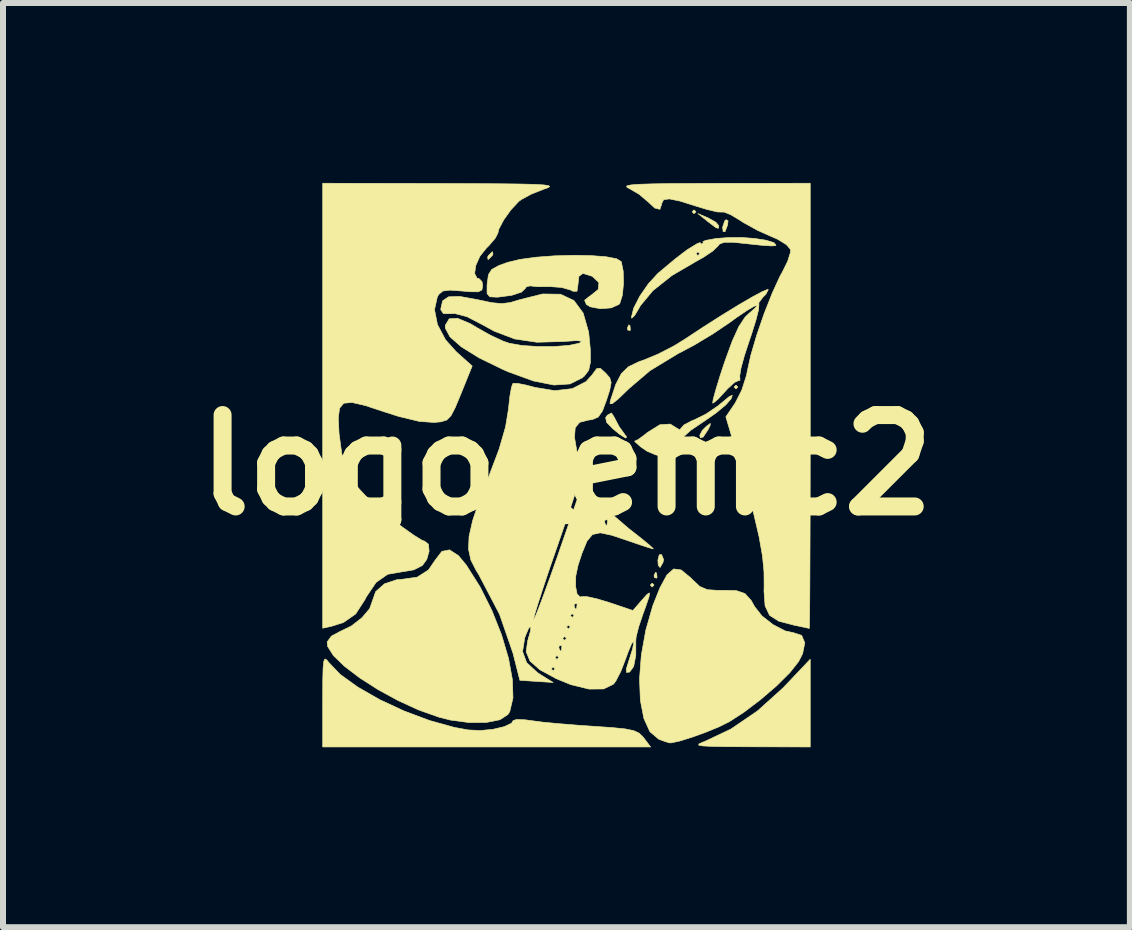
<source format=kicad_pcb>
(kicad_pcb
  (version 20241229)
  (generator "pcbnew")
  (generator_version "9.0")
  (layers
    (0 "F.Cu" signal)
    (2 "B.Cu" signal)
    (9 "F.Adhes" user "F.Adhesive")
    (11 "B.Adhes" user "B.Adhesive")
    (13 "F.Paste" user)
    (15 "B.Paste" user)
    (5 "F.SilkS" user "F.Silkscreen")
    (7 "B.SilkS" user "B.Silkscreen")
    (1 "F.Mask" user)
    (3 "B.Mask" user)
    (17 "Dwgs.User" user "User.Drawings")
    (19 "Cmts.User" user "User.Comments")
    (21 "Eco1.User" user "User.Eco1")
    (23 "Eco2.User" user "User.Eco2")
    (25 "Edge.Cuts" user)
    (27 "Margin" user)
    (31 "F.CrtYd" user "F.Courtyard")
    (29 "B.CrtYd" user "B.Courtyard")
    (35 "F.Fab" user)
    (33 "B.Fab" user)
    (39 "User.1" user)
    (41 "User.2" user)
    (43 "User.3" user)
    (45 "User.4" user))
  (footprint "logo_emc2"
    (layer "F.Cu")
    (at 6.394 4.704)
    (property "Reference" "logo_emc2" (at 0 0 0) (layer "F.SilkS") (effects (font (size 1.524 1.524) (thickness 0.3))))
    (attr through_hole)
    (fp_poly (pts (xy 1.46 2) (xy 1.429 2.032) (xy 1.397 2) (xy 1.429 1.968) (xy 1.46 2)) (stroke (width 0.01) (type solid)) (fill yes) (layer "F.SilkS"))
    (fp_poly (pts (xy 2.159 -4.223) (xy 2.127 -4.191) (xy 2.095 -4.223) (xy 2.127 -4.255) (xy 2.159 -4.223)) (stroke (width 0.01) (type solid)) (fill yes) (layer "F.SilkS"))
    (fp_poly (pts (xy 2.349 -0.349) (xy 2.318 -0.318) (xy 2.286 -0.349) (xy 2.318 -0.381) (xy 2.349 -0.349)) (stroke (width 0.01) (type solid)) (fill yes) (layer "F.SilkS"))
    (fp_poly (pts (xy 2.857 -1.302) (xy 2.826 -1.27) (xy 2.794 -1.302) (xy 2.826 -1.333) (xy 2.857 -1.302)) (stroke (width 0.01) (type solid)) (fill yes) (layer "F.SilkS"))
    (fp_poly (pts (xy 1.058 -2.328) (xy 1.066 -2.253) (xy 1.058 -2.244) (xy 1.021 -2.252) (xy 1.016 -2.286) (xy 1.039 -2.338) (xy 1.058 -2.328)) (stroke (width 0.01) (type solid)) (fill yes) (layer "F.SilkS"))
    (fp_poly (pts (xy 1.503 1.799) (xy 1.51 1.875) (xy 1.503 1.884) (xy 1.465 1.875) (xy 1.46 1.841) (xy 1.484 1.789) (xy 1.503 1.799)) (stroke (width 0.01) (type solid)) (fill yes) (layer "F.SilkS"))
    (fp_poly (pts (xy 1.619 1.573) (xy 1.61 1.621) (xy 1.56 1.708) (xy 1.53 1.671) (xy 1.524 1.584) (xy 1.547 1.495) (xy 1.585 1.491) (xy 1.619 1.573)) (stroke (width 0.01) (type solid)) (fill yes) (layer "F.SilkS"))
    (fp_poly (pts (xy 2.694 -4.072) (xy 2.685 -4.001) (xy 2.643 -3.891) (xy 2.612 -3.892) (xy 2.603 -3.965) (xy 2.638 -4.071) (xy 2.661 -4.092) (xy 2.694 -4.072)) (stroke (width 0.01) (type solid)) (fill yes) (layer "F.SilkS"))
    (fp_poly (pts (xy -1.226 -3.515) (xy -1.238 -3.493) (xy -1.298 -3.432) (xy -1.309 -3.429) (xy -1.314 -3.47) (xy -1.302 -3.493) (xy -1.242 -3.553) (xy -1.231 -3.556) (xy -1.226 -3.515)) (stroke (width 0.01) (type solid)) (fill yes) (layer "F.SilkS"))
    (fp_poly (pts (xy 2.365 -4.119) (xy 2.489 -4.05) (xy 2.54 -3.99) (xy 2.533 -3.947) (xy 2.492 -3.958) (xy 2.389 -4.036) (xy 2.349 -4.067) (xy 2.191 -4.194) (xy 2.365 -4.119)) (stroke (width 0.01) (type solid)) (fill yes) (layer "F.SilkS"))
    (fp_poly (pts (xy 2.394 -0.658) (xy 2.358 -0.587) (xy 2.279 -0.468) (xy 2.231 -0.454) (xy 2.223 -0.5) (xy 2.266 -0.581) (xy 2.328 -0.643) (xy 2.399 -0.695) (xy 2.394 -0.658)) (stroke (width 0.01) (type solid)) (fill yes) (layer "F.SilkS"))
    (fp_poly (pts (xy 0.799 -0.794) (xy 0.801 -0.788) (xy 0.88 -0.638) (xy 0.94 -0.556) (xy 1.004 -0.466) (xy 0.983 -0.452) (xy 0.888 -0.512) (xy 0.781 -0.599) (xy 0.669 -0.713) (xy 0.653 -0.792) (xy 0.681 -0.832) (xy 0.75 -0.87) (xy 0.799 -0.794)) (stroke (width 0.01) (type solid)) (fill yes) (layer "F.SilkS"))
    (fp_poly (pts (xy 4.064 4.699) (xy 3.064 4.696) (xy 2.692 4.694) (xy 2.434 4.69) (xy 2.276 4.682) (xy 2.205 4.669) (xy 2.207 4.649) (xy 2.27 4.62) (xy 2.303 4.608) (xy 2.74 4.401) (xy 3.186 4.097) (xy 3.609 3.716) (xy 3.657 3.666) (xy 4.064 3.236) (xy 4.064 4.699)) (stroke (width 0.01) (type solid)) (fill yes) (layer "F.SilkS"))
    (fp_poly (pts (xy -3.993 3.251) (xy -3.966 3.287) (xy -3.772 3.49) (xy -3.479 3.701) (xy -3.116 3.909) (xy -2.708 4.099) (xy -2.283 4.258) (xy -1.868 4.373) (xy -1.64 4.415) (xy -1.436 4.425) (xy -1.222 4.404) (xy -1.036 4.36) (xy -0.915 4.302) (xy -0.889 4.26) (xy -0.833 4.241) (xy -0.69 4.246) (xy -0.587 4.26) (xy -0.398 4.285) (xy -0.123 4.311) (xy 0.197 4.337) (xy 0.445 4.354) (xy 0.764 4.376) (xy 0.981 4.398) (xy 1.121 4.427) (xy 1.21 4.468) (xy 1.272 4.527) (xy 1.29 4.549) (xy 1.403 4.699) (xy -4.064 4.699) (xy -4.064 3.923) (xy -4.063 3.601) (xy -4.058 3.389) (xy -4.046 3.271) (xy -4.026 3.231) (xy -3.993 3.251)) (stroke (width 0.01) (type solid)) (fill yes) (layer "F.SilkS"))
    (fp_poly (pts (xy 2.744 -1.105) (xy 2.656 -1.004) (xy 2.493 -0.869) (xy 2.291 -0.728) (xy 2.289 -0.727) (xy 2.067 -0.577) (xy 1.946 -0.466) (xy 1.914 -0.376) (xy 1.959 -0.29) (xy 1.981 -0.267) (xy 2.022 -0.204) (xy 1.965 -0.19) (xy 1.825 -0.178) (xy 1.746 -0.165) (xy 1.572 -0.159) (xy 1.492 -0.169) (xy 1.345 -0.231) (xy 1.238 -0.304) (xy 1.153 -0.379) (xy 1.136 -0.399) (xy 1.195 -0.426) (xy 1.311 -0.512) (xy 1.347 -0.542) (xy 1.557 -0.673) (xy 1.731 -0.684) (xy 1.829 -0.622) (xy 1.892 -0.587) (xy 1.905 -0.61) (xy 1.959 -0.67) (xy 2.092 -0.74) (xy 2.131 -0.755) (xy 2.324 -0.85) (xy 2.529 -0.99) (xy 2.587 -1.038) (xy 2.716 -1.144) (xy 2.765 -1.164) (xy 2.744 -1.105)) (stroke (width 0.01) (type solid)) (fill yes) (layer "F.SilkS"))
    (fp_poly (pts (xy -1.801 1.509) (xy -1.67 1.667) (xy -1.44 2.031) (xy -1.242 2.427) (xy -1.082 2.831) (xy -0.966 3.223) (xy -0.901 3.581) (xy -0.892 3.883) (xy -0.945 4.107) (xy -0.975 4.157) (xy -1.109 4.245) (xy -1.334 4.29) (xy -1.618 4.293) (xy -1.932 4.251) (xy -2.127 4.202) (xy -2.465 4.082) (xy -2.81 3.924) (xy -3.143 3.742) (xy -3.446 3.548) (xy -3.7 3.355) (xy -3.885 3.176) (xy -3.982 3.023) (xy -3.99 2.948) (xy -3.919 2.851) (xy -3.779 2.776) (xy -3.778 2.775) (xy -3.586 2.682) (xy -3.409 2.544) (xy -3.281 2.393) (xy -3.239 2.274) (xy -3.181 2.109) (xy -3.032 1.978) (xy -2.827 1.91) (xy -2.758 1.905) (xy -2.491 1.869) (xy -2.302 1.749) (xy -2.19 1.586) (xy -2.077 1.438) (xy -1.949 1.413) (xy -1.801 1.509)) (stroke (width 0.01) (type solid)) (fill yes) (layer "F.SilkS"))
    (fp_poly (pts (xy 1.912 1.748) (xy 2.068 1.876) (xy 2.097 1.906) (xy 2.222 2.023) (xy 2.348 2.077) (xy 2.528 2.089) (xy 2.601 2.087) (xy 2.83 2.092) (xy 2.976 2.142) (xy 3.08 2.257) (xy 3.136 2.358) (xy 3.258 2.514) (xy 3.445 2.66) (xy 3.645 2.764) (xy 3.783 2.794) (xy 3.921 2.839) (xy 3.973 2.963) (xy 3.937 3.144) (xy 3.87 3.275) (xy 3.725 3.459) (xy 3.503 3.68) (xy 3.234 3.911) (xy 2.953 4.124) (xy 2.714 4.278) (xy 2.545 4.362) (xy 2.324 4.453) (xy 2.091 4.537) (xy 1.885 4.601) (xy 1.743 4.631) (xy 1.719 4.631) (xy 1.638 4.607) (xy 1.537 4.569) (xy 1.391 4.445) (xy 1.29 4.223) (xy 1.232 3.923) (xy 1.218 3.564) (xy 1.248 3.168) (xy 1.322 2.754) (xy 1.439 2.344) (xy 1.557 2.048) (xy 1.675 1.83) (xy 1.787 1.731) (xy 1.912 1.748)) (stroke (width 0.01) (type solid)) (fill yes) (layer "F.SilkS"))
    (fp_poly (pts (xy 3.142 -3.778) (xy 3.331 -3.748) (xy 3.458 -3.709) (xy 3.493 -3.667) (xy 3.485 -3.658) (xy 3.415 -3.654) (xy 3.253 -3.665) (xy 3.033 -3.688) (xy 3.018 -3.69) (xy 2.777 -3.715) (xy 2.632 -3.715) (xy 2.553 -3.686) (xy 2.523 -3.65) (xy 2.438 -3.568) (xy 2.281 -3.463) (xy 2.171 -3.402) (xy 1.757 -3.16) (xy 1.44 -2.908) (xy 1.232 -2.658) (xy 1.211 -2.62) (xy 1.136 -2.494) (xy 1.089 -2.45) (xy 1.082 -2.463) (xy 1.12 -2.616) (xy 1.223 -2.817) (xy 1.366 -3.024) (xy 1.525 -3.197) (xy 1.544 -3.213) (xy 1.813 -3.438) (xy 1.926 -3.524) (xy 2.159 -3.524) (xy 2.191 -3.493) (xy 2.223 -3.524) (xy 2.191 -3.556) (xy 2.159 -3.524) (xy 1.926 -3.524) (xy 2.015 -3.592) (xy 2.177 -3.691) (xy 2.227 -3.71) (xy 2.254 -3.683) (xy 2.286 -3.715) (xy 2.273 -3.727) (xy 2.328 -3.748) (xy 2.496 -3.778) (xy 2.692 -3.793) (xy 2.919 -3.795) (xy 3.142 -3.778)) (stroke (width 0.01) (type solid)) (fill yes) (layer "F.SilkS"))
    (fp_poly (pts (xy 0.409 -3.493) (xy 0.659 -3.474) (xy 0.836 -3.44) (xy 0.914 -3.392) (xy 0.946 -3.231) (xy 0.951 -3.028) (xy 0.932 -2.833) (xy 0.89 -2.698) (xy 0.876 -2.68) (xy 0.746 -2.621) (xy 0.565 -2.607) (xy 0.397 -2.639) (xy 0.332 -2.678) (xy 0.302 -2.748) (xy 0.383 -2.814) (xy 0.398 -2.822) (xy 0.529 -2.928) (xy 0.541 -3.043) (xy 0.434 -3.143) (xy 0.417 -3.152) (xy 0.274 -3.196) (xy 0.207 -3.147) (xy 0.191 -3.003) (xy 0.176 -2.899) (xy 0.11 -2.898) (xy 0.065 -2.92) (xy -0.083 -2.962) (xy -0.276 -2.976) (xy -0.3 -2.975) (xy -0.473 -2.974) (xy -0.592 -2.986) (xy -0.603 -2.989) (xy -0.672 -2.971) (xy -0.679 -2.953) (xy -0.75 -2.884) (xy -0.915 -2.83) (xy -1.137 -2.801) (xy -1.163 -2.8) (xy -1.278 -2.806) (xy -1.324 -2.86) (xy -1.324 -2.997) (xy -1.321 -3.032) (xy -1.301 -3.175) (xy -1.246 -3.262) (xy -1.125 -3.328) (xy -0.984 -3.379) (xy -0.777 -3.429) (xy -0.507 -3.466) (xy -0.201 -3.489) (xy 0.113 -3.498) (xy 0.409 -3.493)) (stroke (width 0.01) (type solid)) (fill yes) (layer "F.SilkS"))
    (fp_poly (pts (xy -0.1 -2.849) (xy 0.124 -2.744) (xy 0.279 -2.534) (xy 0.37 -2.216) (xy 0.398 -1.924) (xy 0.399 -1.711) (xy 0.37 -1.579) (xy 0.298 -1.485) (xy 0.263 -1.455) (xy 0.058 -1.353) (xy -0.209 -1.335) (xy -0.548 -1.402) (xy -0.967 -1.554) (xy -1.065 -1.597) (xy -1.457 -1.788) (xy -1.752 -1.971) (xy -1.943 -2.139) (xy -2.021 -2.286) (xy -2.02 -2.331) (xy -1.955 -2.439) (xy -1.818 -2.448) (xy -1.605 -2.359) (xy -1.486 -2.288) (xy -1.269 -2.166) (xy -1.054 -2.066) (xy -0.955 -2.032) (xy -0.749 -1.995) (xy -0.486 -1.977) (xy -0.21 -1.977) (xy 0.035 -1.995) (xy 0.205 -2.03) (xy 0.222 -2.037) (xy 0.251 -2.067) (xy 0.161 -2.075) (xy -0.05 -2.061) (xy -0.491 -2.048) (xy -0.863 -2.103) (xy -1.207 -2.234) (xy -1.381 -2.33) (xy -1.658 -2.474) (xy -1.862 -2.527) (xy -1.921 -2.524) (xy -2.052 -2.525) (xy -2.095 -2.59) (xy -2.095 -2.607) (xy -2.065 -2.739) (xy -1.965 -2.806) (xy -1.78 -2.812) (xy -1.494 -2.76) (xy -1.492 -2.76) (xy -1.251 -2.709) (xy -1.083 -2.692) (xy -0.938 -2.71) (xy -0.774 -2.759) (xy -0.398 -2.853) (xy -0.1 -2.849)) (stroke (width 0.01) (type solid)) (fill yes) (layer "F.SilkS"))
    (fp_poly (pts (xy 3.365 -2.926) (xy 3.322 -2.846) (xy 3.271 -2.795) (xy 3.207 -2.708) (xy 3.208 -2.666) (xy 3.202 -2.587) (xy 3.159 -2.419) (xy 3.088 -2.191) (xy 3.046 -2.067) (xy 2.965 -1.82) (xy 2.909 -1.615) (xy 2.888 -1.485) (xy 2.891 -1.457) (xy 2.892 -1.41) (xy 2.872 -1.411) (xy 2.8 -1.378) (xy 2.686 -1.273) (xy 2.638 -1.22) (xy 2.525 -1.098) (xy 2.45 -1.036) (xy 2.437 -1.034) (xy 2.447 -1.1) (xy 2.491 -1.26) (xy 2.561 -1.49) (xy 2.636 -1.717) (xy 2.763 -2.066) (xy 2.874 -2.31) (xy 2.978 -2.467) (xy 3.033 -2.52) (xy 3.152 -2.625) (xy 3.179 -2.665) (xy 3.126 -2.647) (xy 3.006 -2.576) (xy 2.832 -2.458) (xy 2.715 -2.373) (xy 2.444 -2.19) (xy 2.128 -2) (xy 1.859 -1.858) (xy 1.394 -1.576) (xy 1.044 -1.278) (xy 0.867 -1.107) (xy 0.764 -1.024) (xy 0.725 -1.023) (xy 0.732 -1.074) (xy 0.822 -1.347) (xy 0.915 -1.526) (xy 1.035 -1.641) (xy 1.208 -1.724) (xy 1.284 -1.75) (xy 1.526 -1.85) (xy 1.797 -1.99) (xy 1.968 -2.096) (xy 2.281 -2.302) (xy 2.584 -2.495) (xy 2.861 -2.665) (xy 3.094 -2.801) (xy 3.265 -2.893) (xy 3.356 -2.93) (xy 3.365 -2.926)) (stroke (width 0.01) (type solid)) (fill yes) (layer "F.SilkS"))
    (fp_poly (pts (xy 4.064 -0.984) (xy 4.064 -0.311) (xy 4.063 0.323) (xy 4.062 0.906) (xy 4.06 1.428) (xy 4.058 1.877) (xy 4.056 2.242) (xy 4.053 2.512) (xy 4.051 2.676) (xy 4.048 2.723) (xy 3.982 2.708) (xy 3.838 2.678) (xy 3.799 2.67) (xy 3.541 2.603) (xy 3.386 2.505) (xy 3.311 2.347) (xy 3.293 2.101) (xy 3.295 2.023) (xy 3.293 1.779) (xy 3.267 1.513) (xy 3.213 1.205) (xy 3.127 0.834) (xy 3.005 0.38) (xy 2.884 -0.037) (xy 2.657 -0.805) (xy 2.813 -1.035) (xy 2.922 -1.249) (xy 3.002 -1.498) (xy 3.014 -1.564) (xy 3.073 -1.831) (xy 3.172 -2.168) (xy 3.297 -2.529) (xy 3.432 -2.871) (xy 3.56 -3.149) (xy 3.6 -3.221) (xy 3.688 -3.399) (xy 3.734 -3.546) (xy 3.736 -3.593) (xy 3.668 -3.674) (xy 3.52 -3.765) (xy 3.426 -3.806) (xy 3.186 -3.913) (xy 2.946 -4.046) (xy 2.891 -4.082) (xy 2.737 -4.175) (xy 2.624 -4.219) (xy 2.596 -4.218) (xy 2.514 -4.221) (xy 2.351 -4.259) (xy 2.164 -4.316) (xy 1.89 -4.402) (xy 1.715 -4.438) (xy 1.62 -4.425) (xy 1.588 -4.364) (xy 1.587 -4.35) (xy 1.557 -4.264) (xy 1.471 -4.286) (xy 1.359 -4.39) (xy 1.21 -4.516) (xy 1.048 -4.61) (xy 1.003 -4.636) (xy 1.008 -4.656) (xy 1.075 -4.671) (xy 1.215 -4.682) (xy 1.44 -4.689) (xy 1.763 -4.694) (xy 2.195 -4.696) (xy 2.461 -4.697) (xy 4.064 -4.699) (xy 4.064 -0.984)) (stroke (width 0.01) (type solid)) (fill yes) (layer "F.SilkS"))
    (fp_poly (pts (xy -2.08 -4.695) (xy -1.528 -4.693) (xy -1.093 -4.69) (xy -0.763 -4.686) (xy -0.528 -4.68) (xy -0.376 -4.671) (xy -0.297 -4.659) (xy -0.28 -4.643) (xy -0.315 -4.622) (xy -0.381 -4.599) (xy -0.584 -4.519) (xy -0.752 -4.428) (xy -0.794 -4.397) (xy -0.926 -4.256) (xy -1.047 -4.087) (xy -1.127 -3.935) (xy -1.143 -3.869) (xy -1.186 -3.784) (xy -1.293 -3.659) (xy -1.334 -3.619) (xy -1.443 -3.482) (xy -1.512 -3.328) (xy -1.531 -3.195) (xy -1.492 -3.118) (xy -1.46 -3.111) (xy -1.408 -3.059) (xy -1.397 -2.989) (xy -1.41 -2.92) (xy -1.469 -2.889) (xy -1.605 -2.89) (xy -1.74 -2.902) (xy -1.943 -2.917) (xy -2.06 -2.902) (xy -2.127 -2.848) (xy -2.153 -2.805) (xy -2.2 -2.592) (xy -2.151 -2.343) (xy -2.016 -2.089) (xy -1.838 -1.89) (xy -1.572 -1.652) (xy -1.758 -1.191) (xy -1.854 -0.96) (xy -1.926 -0.822) (xy -1.997 -0.751) (xy -2.092 -0.722) (xy -2.206 -0.711) (xy -2.456 -0.729) (xy -2.799 -0.812) (xy -3.034 -0.887) (xy -3.355 -0.993) (xy -3.576 -1.044) (xy -3.713 -1.032) (xy -3.783 -0.948) (xy -3.804 -0.786) (xy -3.792 -0.536) (xy -3.792 -0.531) (xy -3.746 -0.189) (xy -3.655 0.094) (xy -3.502 0.347) (xy -3.269 0.599) (xy -2.953 0.867) (xy -2.732 1.036) (xy -2.543 1.17) (xy -2.41 1.252) (xy -2.365 1.269) (xy -2.301 1.319) (xy -2.29 1.435) (xy -2.329 1.572) (xy -2.402 1.673) (xy -2.545 1.746) (xy -2.731 1.778) (xy -2.737 1.778) (xy -2.981 1.82) (xy -3.174 1.955) (xy -3.339 2.2) (xy -3.36 2.243) (xy -3.514 2.481) (xy -3.718 2.624) (xy -3.921 2.688) (xy -4.064 2.719) (xy -4.064 -4.699) (xy -2.08 -4.695)) (stroke (width 0.01) (type solid)) (fill yes) (layer "F.SilkS"))
    (fp_poly (pts (xy 0.652 -1.535) (xy 0.722 -1.455) (xy 0.745 -1.376) (xy 0.722 -1.254) (xy 0.67 -1.09) (xy 0.599 -0.9) (xy 0.529 -0.801) (xy 0.431 -0.759) (xy 0.362 -0.75) (xy 0.22 -0.713) (xy 0.146 -0.624) (xy 0.134 -0.461) (xy 0.178 -0.205) (xy 0.188 -0.162) (xy 0.212 -0.049) (xy 0.224 0.053) (xy 0.218 0.165) (xy 0.191 0.307) (xy 0.137 0.497) (xy 0.053 0.756) (xy -0.067 1.103) (xy -0.155 1.359) (xy -0.282 1.725) (xy -0.39 2.048) (xy -0.475 2.311) (xy -0.531 2.494) (xy -0.551 2.579) (xy -0.55 2.583) (xy -0.523 2.533) (xy -0.513 2.508) (xy 0.064 2.508) (xy 0.095 2.54) (xy 0.127 2.508) (xy 0.095 2.477) (xy 0.064 2.508) (xy -0.513 2.508) (xy -0.462 2.381) (xy -0.45 2.349) (xy 0.127 2.349) (xy 0.15 2.402) (xy 0.169 2.392) (xy 0.177 2.316) (xy 0.169 2.307) (xy 0.132 2.316) (xy 0.127 2.349) (xy -0.45 2.349) (xy -0.373 2.144) (xy -0.262 1.839) (xy -0.137 1.485) (xy -0.114 1.417) (xy 0.047 0.953) (xy 0.635 0.953) (xy 0.658 1.005) (xy 0.677 0.995) (xy 0.685 0.919) (xy 0.677 0.91) (xy 0.64 0.919) (xy 0.635 0.953) (xy 0.047 0.953) (xy 0.298 0.228) (xy 0.474 0.493) (xy 0.612 0.662) (xy 0.813 0.864) (xy 1.037 1.057) (xy 1.063 1.077) (xy 1.249 1.223) (xy 1.384 1.334) (xy 1.446 1.392) (xy 1.447 1.397) (xy 1.376 1.378) (xy 1.221 1.327) (xy 1.042 1.266) (xy 0.757 1.17) (xy 0.563 1.129) (xy 0.434 1.157) (xy 0.342 1.267) (xy 0.258 1.472) (xy 0.193 1.67) (xy 0.155 1.85) (xy 0.152 2.021) (xy 0.177 2.149) (xy 0.229 2.199) (xy 0.253 2.192) (xy 0.339 2.192) (xy 0.507 2.229) (xy 0.71 2.29) (xy 1.108 2.424) (xy 1.253 2.256) (xy 1.343 2.155) (xy 1.385 2.13) (xy 1.377 2.192) (xy 1.323 2.353) (xy 1.273 2.49) (xy 1.205 2.692) (xy 1.163 2.856) (xy 1.156 2.921) (xy 1.156 3.172) (xy 1.12 3.358) (xy 1.054 3.449) (xy 1.052 3.45) (xy 1.001 3.457) (xy 0.997 3.401) (xy 1.041 3.258) (xy 1.052 3.225) (xy 1.103 3.061) (xy 1.122 2.955) (xy 1.118 2.939) (xy 1.086 2.978) (xy 1.031 3.108) (xy 0.985 3.235) (xy 0.907 3.437) (xy 0.824 3.598) (xy 0.784 3.652) (xy 0.619 3.732) (xy 0.376 3.734) (xy 0.075 3.661) (xy -0.17 3.561) (xy -0.445 3.411) (xy -0.461 3.397) (xy -0.254 3.397) (xy -0.222 3.429) (xy -0.191 3.397) (xy -0.222 3.365) (xy -0.254 3.397) (xy -0.461 3.397) (xy -0.608 3.267) (xy -0.633 3.207) (xy -0.191 3.207) (xy -0.159 3.239) (xy -0.127 3.207) (xy -0.159 3.175) (xy -0.191 3.207) (xy -0.633 3.207) (xy -0.672 3.112) (xy -0.663 3.048) (xy -0.127 3.048) (xy -0.104 3.1) (xy -0.085 3.09) (xy -0.077 3.015) (xy -0.085 3.006) (xy -0.122 3.014) (xy -0.127 3.048) (xy -0.663 3.048) (xy -0.647 2.928) (xy -0.639 2.906) (xy -0.635 2.889) (xy -0.064 2.889) (xy -0.032 2.921) (xy 0 2.889) (xy -0.032 2.857) (xy -0.064 2.889) (xy -0.635 2.889) (xy -0.6 2.765) (xy -0.596 2.699) (xy 0 2.699) (xy 0.032 2.731) (xy 0.064 2.699) (xy 0.032 2.667) (xy 0 2.699) (xy -0.596 2.699) (xy -0.595 2.686) (xy -0.597 2.684) (xy -0.63 2.72) (xy -0.682 2.842) (xy -0.696 2.882) (xy -0.732 3.108) (xy -0.664 3.293) (xy -0.483 3.46) (xy -0.425 3.498) (xy -0.222 3.624) (xy -0.5 3.606) (xy -0.777 3.588) (xy -0.892 3.134) (xy -1.116 2.487) (xy -1.462 1.826) (xy -1.508 1.752) (xy -1.594 1.583) (xy -1.633 1.402) (xy -1.624 1.188) (xy -1.563 0.92) (xy -1.448 0.58) (xy -1.297 0.194) (xy -1.123 -0.266) (xy -1.015 -0.64) (xy -0.967 -0.935) (xy -0.944 -1.147) (xy -0.916 -1.302) (xy -0.892 -1.363) (xy -0.812 -1.362) (xy -0.652 -1.329) (xy -0.524 -1.295) (xy -0.195 -1.241) (xy 0.097 -1.275) (xy 0.326 -1.392) (xy 0.423 -1.499) (xy 0.502 -1.607) (xy 0.562 -1.616) (xy 0.652 -1.535)) (stroke (width 0.01) (type solid)) (fill yes) (layer "F.SilkS")))
  (gr_rect
    (start -3 -3)
    (end 15.787 12.408)
    (stroke (width 0.1) (type default))
    (fill no)
    (layer "Edge.Cuts")))
</source>
